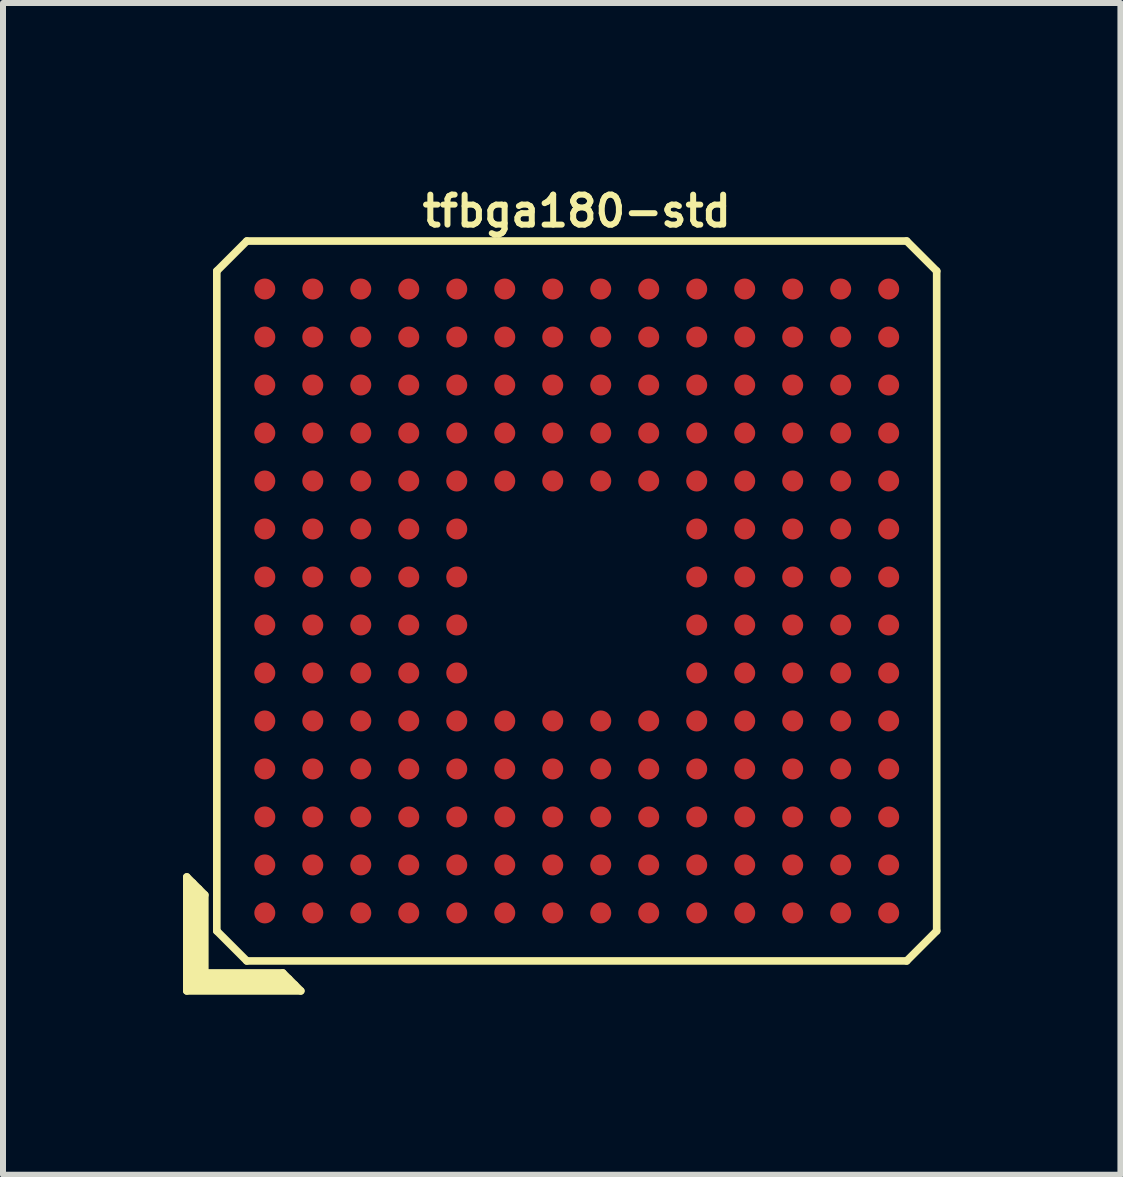
<source format=kicad_pcb>
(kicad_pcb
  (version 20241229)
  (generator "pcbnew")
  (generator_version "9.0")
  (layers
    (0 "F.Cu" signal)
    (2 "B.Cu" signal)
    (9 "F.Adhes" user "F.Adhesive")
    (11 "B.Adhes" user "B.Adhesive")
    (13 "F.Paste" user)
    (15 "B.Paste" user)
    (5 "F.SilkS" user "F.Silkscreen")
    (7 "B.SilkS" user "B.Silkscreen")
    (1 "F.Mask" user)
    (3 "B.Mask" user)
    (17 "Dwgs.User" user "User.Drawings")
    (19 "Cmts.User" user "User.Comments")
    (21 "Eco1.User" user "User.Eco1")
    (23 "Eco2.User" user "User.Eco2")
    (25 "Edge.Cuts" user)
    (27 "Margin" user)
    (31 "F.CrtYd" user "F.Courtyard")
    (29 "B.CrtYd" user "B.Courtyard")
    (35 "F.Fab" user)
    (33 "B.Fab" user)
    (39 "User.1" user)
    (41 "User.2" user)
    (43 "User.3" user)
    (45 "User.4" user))
  (footprint "tfbga180-std"
    (layer "F.Cu")
    (at 6.564 6.968)
    (property "Reference" "tfbga180-std" (at 0 -6.5 0) (layer "F.SilkS") (effects (font (size 0.5 0.5) (thickness 0.1))))
    (attr smd)
    (fp_line (start -6.5 4.6) (end -6.2 4.9) (stroke (width 0.127) (type solid)) (layer "F.SilkS"))
    (fp_line (start -6.5 6.5) (end -6.5 4.6) (stroke (width 0.127) (type solid)) (layer "F.SilkS"))
    (fp_line (start -6.4 6.4) (end -6.4 4.7) (stroke (width 0.127) (type solid)) (layer "F.SilkS"))
    (fp_line (start -6.3 4.8) (end -6.3 6.3) (stroke (width 0.127) (type solid)) (layer "F.SilkS"))
    (fp_line (start -6.3 6.3) (end -4.8 6.3) (stroke (width 0.127) (type solid)) (layer "F.SilkS"))
    (fp_line (start -6.2 4.9) (end -6.2 6.2) (stroke (width 0.127) (type solid)) (layer "F.SilkS"))
    (fp_line (start -6.2 6.2) (end -4.9 6.2) (stroke (width 0.127) (type solid)) (layer "F.SilkS"))
    (fp_line (start -6 -5.5) (end -5.5 -6) (stroke (width 0.127) (type solid)) (layer "F.SilkS"))
    (fp_line (start -6 5.5) (end -6 -5.5) (stroke (width 0.127) (type solid)) (layer "F.SilkS"))
    (fp_line (start -5.5 -6) (end 5.5 -6) (stroke (width 0.127) (type solid)) (layer "F.SilkS"))
    (fp_line (start -5.5 6) (end -6 5.5) (stroke (width 0.127) (type solid)) (layer "F.SilkS"))
    (fp_line (start -4.9 6.2) (end -4.6 6.5) (stroke (width 0.127) (type solid)) (layer "F.SilkS"))
    (fp_line (start -4.7 6.4) (end -6.4 6.4) (stroke (width 0.127) (type solid)) (layer "F.SilkS"))
    (fp_line (start -4.6 6.5) (end -6.5 6.5) (stroke (width 0.127) (type solid)) (layer "F.SilkS"))
    (fp_line (start 5.5 -6) (end 6 -5.5) (stroke (width 0.127) (type solid)) (layer "F.SilkS"))
    (fp_line (start 5.5 6) (end -5.5 6) (stroke (width 0.127) (type solid)) (layer "F.SilkS"))
    (fp_line (start 6 -5.5) (end 6 5.5) (stroke (width 0.127) (type solid)) (layer "F.SilkS"))
    (fp_line (start 6 5.5) (end 5.5 6) (stroke (width 0.127) (type solid)) (layer "F.SilkS"))
    (pad "A1" smd circle (at -5.2 5.2) (size 0.35 0.35) (layers "F.Cu" "F.Mask" "F.Paste"))
    (pad "A2" smd circle (at -5.2 4.4) (size 0.35 0.35) (layers "F.Cu" "F.Mask" "F.Paste"))
    (pad "A3" smd circle (at -5.2 3.6) (size 0.35 0.35) (layers "F.Cu" "F.Mask" "F.Paste"))
    (pad "A4" smd circle (at -5.2 2.8) (size 0.35 0.35) (layers "F.Cu" "F.Mask" "F.Paste"))
    (pad "A5" smd circle (at -5.2 2) (size 0.35 0.35) (layers "F.Cu" "F.Mask" "F.Paste"))
    (pad "A6" smd circle (at -5.2 1.2) (size 0.35 0.35) (layers "F.Cu" "F.Mask" "F.Paste"))
    (pad "A7" smd circle (at -5.2 0.4) (size 0.35 0.35) (layers "F.Cu" "F.Mask" "F.Paste"))
    (pad "A8" smd circle (at -5.2 -0.4) (size 0.35 0.35) (layers "F.Cu" "F.Mask" "F.Paste"))
    (pad "A9" smd circle (at -5.2 -1.2) (size 0.35 0.35) (layers "F.Cu" "F.Mask" "F.Paste"))
    (pad "A10" smd circle (at -5.2 -2) (size 0.35 0.35) (layers "F.Cu" "F.Mask" "F.Paste"))
    (pad "A11" smd circle (at -5.2 -2.8) (size 0.35 0.35) (layers "F.Cu" "F.Mask" "F.Paste"))
    (pad "A12" smd circle (at -5.2 -3.6) (size 0.35 0.35) (layers "F.Cu" "F.Mask" "F.Paste"))
    (pad "A13" smd circle (at -5.2 -4.4) (size 0.35 0.35) (layers "F.Cu" "F.Mask" "F.Paste"))
    (pad "A14" smd circle (at -5.2 -5.2) (size 0.35 0.35) (layers "F.Cu" "F.Mask" "F.Paste"))
    (pad "B1" smd circle (at -4.4 5.2) (size 0.35 0.35) (layers "F.Cu" "F.Mask" "F.Paste"))
    (pad "B2" smd circle (at -4.4 4.4) (size 0.35 0.35) (layers "F.Cu" "F.Mask" "F.Paste"))
    (pad "B3" smd circle (at -4.4 3.6) (size 0.35 0.35) (layers "F.Cu" "F.Mask" "F.Paste"))
    (pad "B4" smd circle (at -4.4 2.8) (size 0.35 0.35) (layers "F.Cu" "F.Mask" "F.Paste"))
    (pad "B5" smd circle (at -4.4 2) (size 0.35 0.35) (layers "F.Cu" "F.Mask" "F.Paste"))
    (pad "B6" smd circle (at -4.4 1.2) (size 0.35 0.35) (layers "F.Cu" "F.Mask" "F.Paste"))
    (pad "B7" smd circle (at -4.4 0.4) (size 0.35 0.35) (layers "F.Cu" "F.Mask" "F.Paste"))
    (pad "B8" smd circle (at -4.4 -0.4) (size 0.35 0.35) (layers "F.Cu" "F.Mask" "F.Paste"))
    (pad "B9" smd circle (at -4.4 -1.2) (size 0.35 0.35) (layers "F.Cu" "F.Mask" "F.Paste"))
    (pad "B10" smd circle (at -4.4 -2) (size 0.35 0.35) (layers "F.Cu" "F.Mask" "F.Paste"))
    (pad "B11" smd circle (at -4.4 -2.8) (size 0.35 0.35) (layers "F.Cu" "F.Mask" "F.Paste"))
    (pad "B12" smd circle (at -4.4 -3.6) (size 0.35 0.35) (layers "F.Cu" "F.Mask" "F.Paste"))
    (pad "B13" smd circle (at -4.4 -4.4) (size 0.35 0.35) (layers "F.Cu" "F.Mask" "F.Paste"))
    (pad "B14" smd circle (at -4.4 -5.2) (size 0.35 0.35) (layers "F.Cu" "F.Mask" "F.Paste"))
    (pad "C1" smd circle (at -3.6 5.2) (size 0.35 0.35) (layers "F.Cu" "F.Mask" "F.Paste"))
    (pad "C2" smd circle (at -3.6 4.4) (size 0.35 0.35) (layers "F.Cu" "F.Mask" "F.Paste"))
    (pad "C3" smd circle (at -3.6 3.6) (size 0.35 0.35) (layers "F.Cu" "F.Mask" "F.Paste"))
    (pad "C4" smd circle (at -3.6 2.8) (size 0.35 0.35) (layers "F.Cu" "F.Mask" "F.Paste"))
    (pad "C5" smd circle (at -3.6 2) (size 0.35 0.35) (layers "F.Cu" "F.Mask" "F.Paste"))
    (pad "C6" smd circle (at -3.6 1.2) (size 0.35 0.35) (layers "F.Cu" "F.Mask" "F.Paste"))
    (pad "C7" smd circle (at -3.6 0.4) (size 0.35 0.35) (layers "F.Cu" "F.Mask" "F.Paste"))
    (pad "C8" smd circle (at -3.6 -0.4) (size 0.35 0.35) (layers "F.Cu" "F.Mask" "F.Paste"))
    (pad "C9" smd circle (at -3.6 -1.2) (size 0.35 0.35) (layers "F.Cu" "F.Mask" "F.Paste"))
    (pad "C10" smd circle (at -3.6 -2) (size 0.35 0.35) (layers "F.Cu" "F.Mask" "F.Paste"))
    (pad "C11" smd circle (at -3.6 -2.8) (size 0.35 0.35) (layers "F.Cu" "F.Mask" "F.Paste"))
    (pad "C12" smd circle (at -3.6 -3.6) (size 0.35 0.35) (layers "F.Cu" "F.Mask" "F.Paste"))
    (pad "C13" smd circle (at -3.6 -4.4) (size 0.35 0.35) (layers "F.Cu" "F.Mask" "F.Paste"))
    (pad "C14" smd circle (at -3.6 -5.2) (size 0.35 0.35) (layers "F.Cu" "F.Mask" "F.Paste"))
    (pad "D1" smd circle (at -2.8 5.2) (size 0.35 0.35) (layers "F.Cu" "F.Mask" "F.Paste"))
    (pad "D2" smd circle (at -2.8 4.4) (size 0.35 0.35) (layers "F.Cu" "F.Mask" "F.Paste"))
    (pad "D3" smd circle (at -2.8 3.6) (size 0.35 0.35) (layers "F.Cu" "F.Mask" "F.Paste"))
    (pad "D4" smd circle (at -2.8 2.8) (size 0.35 0.35) (layers "F.Cu" "F.Mask" "F.Paste"))
    (pad "D5" smd circle (at -2.8 2) (size 0.35 0.35) (layers "F.Cu" "F.Mask" "F.Paste"))
    (pad "D6" smd circle (at -2.8 1.2) (size 0.35 0.35) (layers "F.Cu" "F.Mask" "F.Paste"))
    (pad "D7" smd circle (at -2.8 0.4) (size 0.35 0.35) (layers "F.Cu" "F.Mask" "F.Paste"))
    (pad "D8" smd circle (at -2.8 -0.4) (size 0.35 0.35) (layers "F.Cu" "F.Mask" "F.Paste"))
    (pad "D9" smd circle (at -2.8 -1.2) (size 0.35 0.35) (layers "F.Cu" "F.Mask" "F.Paste"))
    (pad "D10" smd circle (at -2.8 -2) (size 0.35 0.35) (layers "F.Cu" "F.Mask" "F.Paste"))
    (pad "D11" smd circle (at -2.8 -2.8) (size 0.35 0.35) (layers "F.Cu" "F.Mask" "F.Paste"))
    (pad "D12" smd circle (at -2.8 -3.6) (size 0.35 0.35) (layers "F.Cu" "F.Mask" "F.Paste"))
    (pad "D13" smd circle (at -2.8 -4.4) (size 0.35 0.35) (layers "F.Cu" "F.Mask" "F.Paste"))
    (pad "D14" smd circle (at -2.8 -5.2) (size 0.35 0.35) (layers "F.Cu" "F.Mask" "F.Paste"))
    (pad "E1" smd circle (at -2 5.2) (size 0.35 0.35) (layers "F.Cu" "F.Mask" "F.Paste"))
    (pad "E2" smd circle (at -2 4.4) (size 0.35 0.35) (layers "F.Cu" "F.Mask" "F.Paste"))
    (pad "E3" smd circle (at -2 3.6) (size 0.35 0.35) (layers "F.Cu" "F.Mask" "F.Paste"))
    (pad "E4" smd circle (at -2 2.8) (size 0.35 0.35) (layers "F.Cu" "F.Mask" "F.Paste"))
    (pad "E5" smd circle (at -2 2) (size 0.35 0.35) (layers "F.Cu" "F.Mask" "F.Paste"))
    (pad "E6" smd circle (at -2 1.2) (size 0.35 0.35) (layers "F.Cu" "F.Mask" "F.Paste"))
    (pad "E7" smd circle (at -2 0.4) (size 0.35 0.35) (layers "F.Cu" "F.Mask" "F.Paste"))
    (pad "E8" smd circle (at -2 -0.4) (size 0.35 0.35) (layers "F.Cu" "F.Mask" "F.Paste"))
    (pad "E9" smd circle (at -2 -1.2) (size 0.35 0.35) (layers "F.Cu" "F.Mask" "F.Paste"))
    (pad "E10" smd circle (at -2 -2) (size 0.35 0.35) (layers "F.Cu" "F.Mask" "F.Paste"))
    (pad "E11" smd circle (at -2 -2.8) (size 0.35 0.35) (layers "F.Cu" "F.Mask" "F.Paste"))
    (pad "E12" smd circle (at -2 -3.6) (size 0.35 0.35) (layers "F.Cu" "F.Mask" "F.Paste"))
    (pad "E13" smd circle (at -2 -4.4) (size 0.35 0.35) (layers "F.Cu" "F.Mask" "F.Paste"))
    (pad "E14" smd circle (at -2 -5.2) (size 0.35 0.35) (layers "F.Cu" "F.Mask" "F.Paste"))
    (pad "F1" smd circle (at -1.2 5.2) (size 0.35 0.35) (layers "F.Cu" "F.Mask" "F.Paste"))
    (pad "F2" smd circle (at -1.2 4.4) (size 0.35 0.35) (layers "F.Cu" "F.Mask" "F.Paste"))
    (pad "F3" smd circle (at -1.2 3.6) (size 0.35 0.35) (layers "F.Cu" "F.Mask" "F.Paste"))
    (pad "F4" smd circle (at -1.2 2.8) (size 0.35 0.35) (layers "F.Cu" "F.Mask" "F.Paste"))
    (pad "F5" smd circle (at -1.2 2) (size 0.35 0.35) (layers "F.Cu" "F.Mask" "F.Paste"))
    (pad "F10" smd circle (at -1.2 -2) (size 0.35 0.35) (layers "F.Cu" "F.Mask" "F.Paste"))
    (pad "F11" smd circle (at -1.2 -2.8) (size 0.35 0.35) (layers "F.Cu" "F.Mask" "F.Paste"))
    (pad "F12" smd circle (at -1.2 -3.6) (size 0.35 0.35) (layers "F.Cu" "F.Mask" "F.Paste"))
    (pad "F13" smd circle (at -1.2 -4.4) (size 0.35 0.35) (layers "F.Cu" "F.Mask" "F.Paste"))
    (pad "F14" smd circle (at -1.2 -5.2) (size 0.35 0.35) (layers "F.Cu" "F.Mask" "F.Paste"))
    (pad "G1" smd circle (at -0.4 5.2) (size 0.35 0.35) (layers "F.Cu" "F.Mask" "F.Paste"))
    (pad "G2" smd circle (at -0.4 4.4) (size 0.35 0.35) (layers "F.Cu" "F.Mask" "F.Paste"))
    (pad "G3" smd circle (at -0.4 3.6) (size 0.35 0.35) (layers "F.Cu" "F.Mask" "F.Paste"))
    (pad "G4" smd circle (at -0.4 2.8) (size 0.35 0.35) (layers "F.Cu" "F.Mask" "F.Paste"))
    (pad "G5" smd circle (at -0.4 2) (size 0.35 0.35) (layers "F.Cu" "F.Mask" "F.Paste"))
    (pad "G10" smd circle (at -0.4 -2) (size 0.35 0.35) (layers "F.Cu" "F.Mask" "F.Paste"))
    (pad "G11" smd circle (at -0.4 -2.8) (size 0.35 0.35) (layers "F.Cu" "F.Mask" "F.Paste"))
    (pad "G12" smd circle (at -0.4 -3.6) (size 0.35 0.35) (layers "F.Cu" "F.Mask" "F.Paste"))
    (pad "G13" smd circle (at -0.4 -4.4) (size 0.35 0.35) (layers "F.Cu" "F.Mask" "F.Paste"))
    (pad "G14" smd circle (at -0.4 -5.2) (size 0.35 0.35) (layers "F.Cu" "F.Mask" "F.Paste"))
    (pad "H1" smd circle (at 0.4 5.2) (size 0.35 0.35) (layers "F.Cu" "F.Mask" "F.Paste"))
    (pad "H2" smd circle (at 0.4 4.4) (size 0.35 0.35) (layers "F.Cu" "F.Mask" "F.Paste"))
    (pad "H3" smd circle (at 0.4 3.6) (size 0.35 0.35) (layers "F.Cu" "F.Mask" "F.Paste"))
    (pad "H4" smd circle (at 0.4 2.8) (size 0.35 0.35) (layers "F.Cu" "F.Mask" "F.Paste"))
    (pad "H5" smd circle (at 0.4 2) (size 0.35 0.35) (layers "F.Cu" "F.Mask" "F.Paste"))
    (pad "H10" smd circle (at 0.4 -2) (size 0.35 0.35) (layers "F.Cu" "F.Mask" "F.Paste"))
    (pad "H11" smd circle (at 0.4 -2.8) (size 0.35 0.35) (layers "F.Cu" "F.Mask" "F.Paste"))
    (pad "H12" smd circle (at 0.4 -3.6) (size 0.35 0.35) (layers "F.Cu" "F.Mask" "F.Paste"))
    (pad "H13" smd circle (at 0.4 -4.4) (size 0.35 0.35) (layers "F.Cu" "F.Mask" "F.Paste"))
    (pad "H14" smd circle (at 0.4 -5.2) (size 0.35 0.35) (layers "F.Cu" "F.Mask" "F.Paste"))
    (pad "J1" smd circle (at 1.2 5.2) (size 0.35 0.35) (layers "F.Cu" "F.Mask" "F.Paste"))
    (pad "J2" smd circle (at 1.2 4.4) (size 0.35 0.35) (layers "F.Cu" "F.Mask" "F.Paste"))
    (pad "J3" smd circle (at 1.2 3.6) (size 0.35 0.35) (layers "F.Cu" "F.Mask" "F.Paste"))
    (pad "J4" smd circle (at 1.2 2.8) (size 0.35 0.35) (layers "F.Cu" "F.Mask" "F.Paste"))
    (pad "J5" smd circle (at 1.2 2) (size 0.35 0.35) (layers "F.Cu" "F.Mask" "F.Paste"))
    (pad "J10" smd circle (at 1.2 -2) (size 0.35 0.35) (layers "F.Cu" "F.Mask" "F.Paste"))
    (pad "J11" smd circle (at 1.2 -2.8) (size 0.35 0.35) (layers "F.Cu" "F.Mask" "F.Paste"))
    (pad "J12" smd circle (at 1.2 -3.6) (size 0.35 0.35) (layers "F.Cu" "F.Mask" "F.Paste"))
    (pad "J13" smd circle (at 1.2 -4.4) (size 0.35 0.35) (layers "F.Cu" "F.Mask" "F.Paste"))
    (pad "J14" smd circle (at 1.2 -5.2) (size 0.35 0.35) (layers "F.Cu" "F.Mask" "F.Paste"))
    (pad "K1" smd circle (at 2 5.2) (size 0.35 0.35) (layers "F.Cu" "F.Mask" "F.Paste"))
    (pad "K2" smd circle (at 2 4.4) (size 0.35 0.35) (layers "F.Cu" "F.Mask" "F.Paste"))
    (pad "K3" smd circle (at 2 3.6) (size 0.35 0.35) (layers "F.Cu" "F.Mask" "F.Paste"))
    (pad "K4" smd circle (at 2 2.8) (size 0.35 0.35) (layers "F.Cu" "F.Mask" "F.Paste"))
    (pad "K5" smd circle (at 2 2) (size 0.35 0.35) (layers "F.Cu" "F.Mask" "F.Paste"))
    (pad "K6" smd circle (at 2 1.2) (size 0.35 0.35) (layers "F.Cu" "F.Mask" "F.Paste"))
    (pad "K7" smd circle (at 2 0.4) (size 0.35 0.35) (layers "F.Cu" "F.Mask" "F.Paste"))
    (pad "K8" smd circle (at 2 -0.4) (size 0.35 0.35) (layers "F.Cu" "F.Mask" "F.Paste"))
    (pad "K9" smd circle (at 2 -1.2) (size 0.35 0.35) (layers "F.Cu" "F.Mask" "F.Paste"))
    (pad "K10" smd circle (at 2 -2) (size 0.35 0.35) (layers "F.Cu" "F.Mask" "F.Paste"))
    (pad "K11" smd circle (at 2 -2.8) (size 0.35 0.35) (layers "F.Cu" "F.Mask" "F.Paste"))
    (pad "K12" smd circle (at 2 -3.6) (size 0.35 0.35) (layers "F.Cu" "F.Mask" "F.Paste"))
    (pad "K13" smd circle (at 2 -4.4) (size 0.35 0.35) (layers "F.Cu" "F.Mask" "F.Paste"))
    (pad "K14" smd circle (at 2 -5.2) (size 0.35 0.35) (layers "F.Cu" "F.Mask" "F.Paste"))
    (pad "L1" smd circle (at 2.8 5.2) (size 0.35 0.35) (layers "F.Cu" "F.Mask" "F.Paste"))
    (pad "L2" smd circle (at 2.8 4.4) (size 0.35 0.35) (layers "F.Cu" "F.Mask" "F.Paste"))
    (pad "L3" smd circle (at 2.8 3.6) (size 0.35 0.35) (layers "F.Cu" "F.Mask" "F.Paste"))
    (pad "L4" smd circle (at 2.8 2.8) (size 0.35 0.35) (layers "F.Cu" "F.Mask" "F.Paste"))
    (pad "L5" smd circle (at 2.8 2) (size 0.35 0.35) (layers "F.Cu" "F.Mask" "F.Paste"))
    (pad "L6" smd circle (at 2.8 1.2) (size 0.35 0.35) (layers "F.Cu" "F.Mask" "F.Paste"))
    (pad "L7" smd circle (at 2.8 0.4) (size 0.35 0.35) (layers "F.Cu" "F.Mask" "F.Paste"))
    (pad "L8" smd circle (at 2.8 -0.4) (size 0.35 0.35) (layers "F.Cu" "F.Mask" "F.Paste"))
    (pad "L9" smd circle (at 2.8 -1.2) (size 0.35 0.35) (layers "F.Cu" "F.Mask" "F.Paste"))
    (pad "L10" smd circle (at 2.8 -2) (size 0.35 0.35) (layers "F.Cu" "F.Mask" "F.Paste"))
    (pad "L11" smd circle (at 2.8 -2.8) (size 0.35 0.35) (layers "F.Cu" "F.Mask" "F.Paste"))
    (pad "L12" smd circle (at 2.8 -3.6) (size 0.35 0.35) (layers "F.Cu" "F.Mask" "F.Paste"))
    (pad "L13" smd circle (at 2.8 -4.4) (size 0.35 0.35) (layers "F.Cu" "F.Mask" "F.Paste"))
    (pad "L14" smd circle (at 2.8 -5.2) (size 0.35 0.35) (layers "F.Cu" "F.Mask" "F.Paste"))
    (pad "M1" smd circle (at 3.6 5.2) (size 0.35 0.35) (layers "F.Cu" "F.Mask" "F.Paste"))
    (pad "M2" smd circle (at 3.6 4.4) (size 0.35 0.35) (layers "F.Cu" "F.Mask" "F.Paste"))
    (pad "M3" smd circle (at 3.6 3.6) (size 0.35 0.35) (layers "F.Cu" "F.Mask" "F.Paste"))
    (pad "M4" smd circle (at 3.6 2.8) (size 0.35 0.35) (layers "F.Cu" "F.Mask" "F.Paste"))
    (pad "M5" smd circle (at 3.6 2) (size 0.35 0.35) (layers "F.Cu" "F.Mask" "F.Paste"))
    (pad "M6" smd circle (at 3.6 1.2) (size 0.35 0.35) (layers "F.Cu" "F.Mask" "F.Paste"))
    (pad "M7" smd circle (at 3.6 0.4) (size 0.35 0.35) (layers "F.Cu" "F.Mask" "F.Paste"))
    (pad "M8" smd circle (at 3.6 -0.4) (size 0.35 0.35) (layers "F.Cu" "F.Mask" "F.Paste"))
    (pad "M9" smd circle (at 3.6 -1.2) (size 0.35 0.35) (layers "F.Cu" "F.Mask" "F.Paste"))
    (pad "M10" smd circle (at 3.6 -2) (size 0.35 0.35) (layers "F.Cu" "F.Mask" "F.Paste"))
    (pad "M11" smd circle (at 3.6 -2.8) (size 0.35 0.35) (layers "F.Cu" "F.Mask" "F.Paste"))
    (pad "M12" smd circle (at 3.6 -3.6) (size 0.35 0.35) (layers "F.Cu" "F.Mask" "F.Paste"))
    (pad "M13" smd circle (at 3.6 -4.4) (size 0.35 0.35) (layers "F.Cu" "F.Mask" "F.Paste"))
    (pad "M14" smd circle (at 3.6 -5.2) (size 0.35 0.35) (layers "F.Cu" "F.Mask" "F.Paste"))
    (pad "N1" smd circle (at 4.4 5.2) (size 0.35 0.35) (layers "F.Cu" "F.Mask" "F.Paste"))
    (pad "N2" smd circle (at 4.4 4.4) (size 0.35 0.35) (layers "F.Cu" "F.Mask" "F.Paste"))
    (pad "N3" smd circle (at 4.4 3.6) (size 0.35 0.35) (layers "F.Cu" "F.Mask" "F.Paste"))
    (pad "N4" smd circle (at 4.4 2.8) (size 0.35 0.35) (layers "F.Cu" "F.Mask" "F.Paste"))
    (pad "N5" smd circle (at 4.4 2) (size 0.35 0.35) (layers "F.Cu" "F.Mask" "F.Paste"))
    (pad "N6" smd circle (at 4.4 1.2) (size 0.35 0.35) (layers "F.Cu" "F.Mask" "F.Paste"))
    (pad "N7" smd circle (at 4.4 0.4) (size 0.35 0.35) (layers "F.Cu" "F.Mask" "F.Paste"))
    (pad "N8" smd circle (at 4.4 -0.4) (size 0.35 0.35) (layers "F.Cu" "F.Mask" "F.Paste"))
    (pad "N9" smd circle (at 4.4 -1.2) (size 0.35 0.35) (layers "F.Cu" "F.Mask" "F.Paste"))
    (pad "N10" smd circle (at 4.4 -2) (size 0.35 0.35) (layers "F.Cu" "F.Mask" "F.Paste"))
    (pad "N11" smd circle (at 4.4 -2.8) (size 0.35 0.35) (layers "F.Cu" "F.Mask" "F.Paste"))
    (pad "N12" smd circle (at 4.4 -3.6) (size 0.35 0.35) (layers "F.Cu" "F.Mask" "F.Paste"))
    (pad "N13" smd circle (at 4.4 -4.4) (size 0.35 0.35) (layers "F.Cu" "F.Mask" "F.Paste"))
    (pad "N14" smd circle (at 4.4 -5.2) (size 0.35 0.35) (layers "F.Cu" "F.Mask" "F.Paste"))
    (pad "P1" smd circle (at 5.2 5.2) (size 0.35 0.35) (layers "F.Cu" "F.Mask" "F.Paste"))
    (pad "P2" smd circle (at 5.2 4.4) (size 0.35 0.35) (layers "F.Cu" "F.Mask" "F.Paste"))
    (pad "P3" smd circle (at 5.2 3.6) (size 0.35 0.35) (layers "F.Cu" "F.Mask" "F.Paste"))
    (pad "P4" smd circle (at 5.2 2.8) (size 0.35 0.35) (layers "F.Cu" "F.Mask" "F.Paste"))
    (pad "P5" smd circle (at 5.2 2) (size 0.35 0.35) (layers "F.Cu" "F.Mask" "F.Paste"))
    (pad "P6" smd circle (at 5.2 1.2) (size 0.35 0.35) (layers "F.Cu" "F.Mask" "F.Paste"))
    (pad "P7" smd circle (at 5.2 0.4) (size 0.35 0.35) (layers "F.Cu" "F.Mask" "F.Paste"))
    (pad "P8" smd circle (at 5.2 -0.4) (size 0.35 0.35) (layers "F.Cu" "F.Mask" "F.Paste"))
    (pad "P9" smd circle (at 5.2 -1.2) (size 0.35 0.35) (layers "F.Cu" "F.Mask" "F.Paste"))
    (pad "P10" smd circle (at 5.2 -2) (size 0.35 0.35) (layers "F.Cu" "F.Mask" "F.Paste"))
    (pad "P11" smd circle (at 5.2 -2.8) (size 0.35 0.35) (layers "F.Cu" "F.Mask" "F.Paste"))
    (pad "P12" smd circle (at 5.2 -3.6) (size 0.35 0.35) (layers "F.Cu" "F.Mask" "F.Paste"))
    (pad "P13" smd circle (at 5.2 -4.4) (size 0.35 0.35) (layers "F.Cu" "F.Mask" "F.Paste"))
    (pad "P14" smd circle (at 5.2 -5.2) (size 0.35 0.35) (layers "F.Cu" "F.Mask" "F.Paste")))
  (gr_rect
    (start -3 -3)
    (end 15.627 16.532)
    (stroke (width 0.1) (type default))
    (fill no)
    (layer "Edge.Cuts")))
</source>
